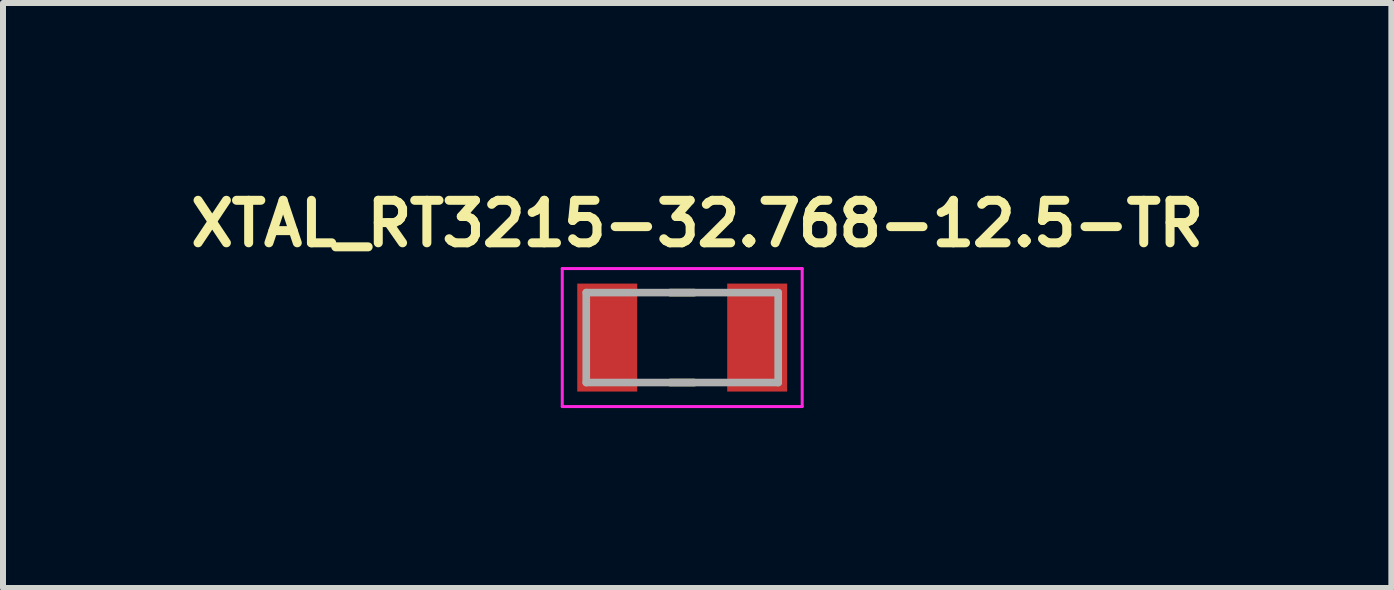
<source format=kicad_pcb>
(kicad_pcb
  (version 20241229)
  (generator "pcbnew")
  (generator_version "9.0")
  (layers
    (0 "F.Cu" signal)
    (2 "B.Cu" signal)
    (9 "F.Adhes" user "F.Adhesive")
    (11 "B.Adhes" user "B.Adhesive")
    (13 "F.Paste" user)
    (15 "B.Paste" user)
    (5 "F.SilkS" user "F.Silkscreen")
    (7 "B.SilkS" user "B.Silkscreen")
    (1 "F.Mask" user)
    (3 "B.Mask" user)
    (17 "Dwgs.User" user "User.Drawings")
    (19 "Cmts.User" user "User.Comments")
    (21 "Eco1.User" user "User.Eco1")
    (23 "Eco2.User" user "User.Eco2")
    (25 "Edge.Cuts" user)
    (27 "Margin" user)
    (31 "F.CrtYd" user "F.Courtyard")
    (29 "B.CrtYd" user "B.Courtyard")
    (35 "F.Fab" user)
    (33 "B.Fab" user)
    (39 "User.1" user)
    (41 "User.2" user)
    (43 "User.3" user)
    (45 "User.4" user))
  (footprint "XTAL_RT3215-32.768-12.5-TR"
    (layer "F.Cu")
    (at 8.324 2.578)
    (property "Reference" "XTAL_RT3215-32.768-12.5-TR" (at 0.25 -1.9 0) (layer "F.SilkS") (effects (font (size 0.709 0.709) (thickness 0.15))))
    (attr smd)
    (fp_line (start -0.2 -0.75) (end 0.2 -0.75) (stroke (width 0.127) (type solid)) (layer "F.SilkS"))
    (fp_line (start -0.2 0.75) (end 0.2 0.75) (stroke (width 0.127) (type solid)) (layer "F.SilkS"))
    (fp_line (start -2 -1.15) (end -2 1.15) (stroke (width 0.05) (type solid)) (layer "F.CrtYd"))
    (fp_line (start -2 1.15) (end 2 1.15) (stroke (width 0.05) (type solid)) (layer "F.CrtYd"))
    (fp_line (start 2 -1.15) (end -2 -1.15) (stroke (width 0.05) (type solid)) (layer "F.CrtYd"))
    (fp_line (start 2 1.15) (end 2 -1.15) (stroke (width 0.05) (type solid)) (layer "F.CrtYd"))
    (fp_line (start -1.6 -0.75) (end -1.6 0.75) (stroke (width 0.127) (type solid)) (layer "F.Fab"))
    (fp_line (start -1.6 0.75) (end 1.6 0.75) (stroke (width 0.127) (type solid)) (layer "F.Fab"))
    (fp_line (start 1.6 -0.75) (end -1.6 -0.75) (stroke (width 0.127) (type solid)) (layer "F.Fab"))
    (fp_line (start 1.6 0.75) (end 1.6 -0.75) (stroke (width 0.127) (type solid)) (layer "F.Fab"))
    (pad "1" smd rect (at -1.25 0) (size 1 1.8) (layers "F.Cu" "F.Mask" "F.Paste"))
    (pad "2" smd rect (at 1.25 0) (size 1 1.8) (layers "F.Cu" "F.Mask" "F.Paste")))
  (gr_rect
    (start -3 -3)
    (end 20.147 6.753)
    (stroke (width 0.1) (type default))
    (fill no)
    (layer "Edge.Cuts")))
</source>
